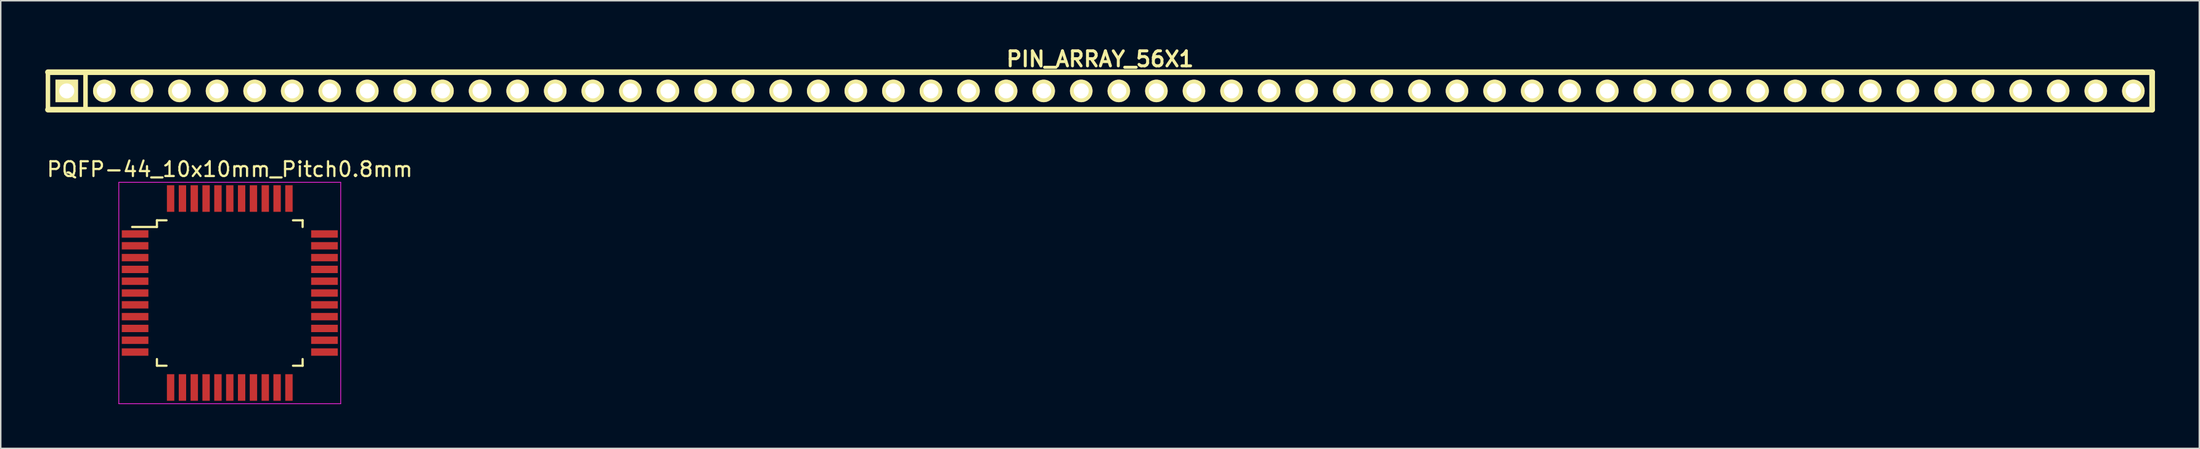
<source format=kicad_pcb>
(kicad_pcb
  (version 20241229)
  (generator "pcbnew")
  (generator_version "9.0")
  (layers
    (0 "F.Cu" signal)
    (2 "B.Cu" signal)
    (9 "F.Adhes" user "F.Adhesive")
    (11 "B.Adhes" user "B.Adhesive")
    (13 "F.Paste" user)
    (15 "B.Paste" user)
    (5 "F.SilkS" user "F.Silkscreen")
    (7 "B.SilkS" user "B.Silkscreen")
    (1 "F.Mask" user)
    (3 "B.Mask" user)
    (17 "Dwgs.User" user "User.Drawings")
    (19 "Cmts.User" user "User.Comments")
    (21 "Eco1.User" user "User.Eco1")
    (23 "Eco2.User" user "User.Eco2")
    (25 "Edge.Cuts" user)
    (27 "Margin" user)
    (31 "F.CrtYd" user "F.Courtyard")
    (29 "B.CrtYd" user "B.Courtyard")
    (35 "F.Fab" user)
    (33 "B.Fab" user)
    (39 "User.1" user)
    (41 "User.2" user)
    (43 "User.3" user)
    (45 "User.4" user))
  (footprint "PIN_ARRAY_56X1"
    (layer "F.Cu")
    (at 71.311 3.11)
    (property "Reference" "PIN_ARRAY_56X1" (at 0 -2.159 0) (layer "F.SilkS") (effects (font (size 1.016 1.016) (thickness 0.203))))
    (attr through_hole)
    (fp_line (start -71.12 -1.27) (end 71.12 -1.27) (stroke (width 0.381) (type solid)) (layer "F.SilkS"))
    (fp_line (start -71.12 1.27) (end -71.12 -1.27) (stroke (width 0.305) (type solid)) (layer "F.SilkS"))
    (fp_line (start -68.58 1.27) (end -68.58 -1.27) (stroke (width 0.305) (type solid)) (layer "F.SilkS"))
    (fp_line (start 71.12 -1.27) (end 71.12 1.27) (stroke (width 0.381) (type solid)) (layer "F.SilkS"))
    (fp_line (start 71.12 1.27) (end -71.12 1.27) (stroke (width 0.381) (type solid)) (layer "F.SilkS"))
    (pad "1" thru_hole rect (at -69.85 0) (size 1.524 1.524) (drill 1.016) (layers "*.Cu" "*.Mask" "F.SilkS"))
    (pad "2" thru_hole circle (at -67.31 0) (size 1.524 1.524) (drill 1.016) (layers "*.Cu" "*.Mask" "F.SilkS"))
    (pad "3" thru_hole circle (at -64.77 0) (size 1.524 1.524) (drill 1.016) (layers "*.Cu" "*.Mask" "F.SilkS"))
    (pad "4" thru_hole circle (at -62.23 0) (size 1.524 1.524) (drill 1.016) (layers "*.Cu" "*.Mask" "F.SilkS"))
    (pad "5" thru_hole circle (at -59.69 0) (size 1.524 1.524) (drill 1.016) (layers "*.Cu" "*.Mask" "F.SilkS"))
    (pad "6" thru_hole circle (at -57.15 0) (size 1.524 1.524) (drill 1.016) (layers "*.Cu" "*.Mask" "F.SilkS"))
    (pad "7" thru_hole circle (at -54.61 0) (size 1.524 1.524) (drill 1.016) (layers "*.Cu" "*.Mask" "F.SilkS"))
    (pad "8" thru_hole circle (at -52.07 0) (size 1.524 1.524) (drill 1.016) (layers "*.Cu" "*.Mask" "F.SilkS"))
    (pad "9" thru_hole circle (at -49.53 0) (size 1.524 1.524) (drill 1.016) (layers "*.Cu" "*.Mask" "F.SilkS"))
    (pad "10" thru_hole circle (at -46.99 0) (size 1.524 1.524) (drill 1.016) (layers "*.Cu" "*.Mask" "F.SilkS"))
    (pad "11" thru_hole circle (at -44.45 0) (size 1.524 1.524) (drill 1.016) (layers "*.Cu" "*.Mask" "F.SilkS"))
    (pad "12" thru_hole circle (at -41.91 0) (size 1.524 1.524) (drill 1.016) (layers "*.Cu" "*.Mask" "F.SilkS"))
    (pad "13" thru_hole circle (at -39.37 0) (size 1.524 1.524) (drill 1.016) (layers "*.Cu" "*.Mask" "F.SilkS"))
    (pad "14" thru_hole circle (at -36.83 0) (size 1.524 1.524) (drill 1.016) (layers "*.Cu" "*.Mask" "F.SilkS"))
    (pad "15" thru_hole circle (at -34.29 0) (size 1.524 1.524) (drill 1.016) (layers "*.Cu" "*.Mask" "F.SilkS"))
    (pad "16" thru_hole circle (at -31.75 0) (size 1.524 1.524) (drill 1.016) (layers "*.Cu" "*.Mask" "F.SilkS"))
    (pad "17" thru_hole circle (at -29.21 0) (size 1.524 1.524) (drill 1.016) (layers "*.Cu" "*.Mask" "F.SilkS"))
    (pad "18" thru_hole circle (at -26.67 0) (size 1.524 1.524) (drill 1.016) (layers "*.Cu" "*.Mask" "F.SilkS"))
    (pad "19" thru_hole circle (at -24.13 0) (size 1.524 1.524) (drill 1.016) (layers "*.Cu" "*.Mask" "F.SilkS"))
    (pad "20" thru_hole circle (at -21.59 0) (size 1.524 1.524) (drill 1.016) (layers "*.Cu" "*.Mask" "F.SilkS"))
    (pad "21" thru_hole circle (at -19.05 0) (size 1.524 1.524) (drill 1.016) (layers "*.Cu" "*.Mask" "F.SilkS"))
    (pad "22" thru_hole circle (at -16.51 0) (size 1.524 1.524) (drill 1.016) (layers "*.Cu" "*.Mask" "F.SilkS"))
    (pad "23" thru_hole circle (at -13.97 0) (size 1.524 1.524) (drill 1.016) (layers "*.Cu" "*.Mask" "F.SilkS"))
    (pad "24" thru_hole circle (at -11.43 0) (size 1.524 1.524) (drill 1.016) (layers "*.Cu" "*.Mask" "F.SilkS"))
    (pad "25" thru_hole circle (at -8.89 0) (size 1.524 1.524) (drill 1.016) (layers "*.Cu" "*.Mask" "F.SilkS"))
    (pad "26" thru_hole circle (at -6.35 0) (size 1.524 1.524) (drill 1.016) (layers "*.Cu" "*.Mask" "F.SilkS"))
    (pad "27" thru_hole circle (at -3.81 0) (size 1.524 1.524) (drill 1.016) (layers "*.Cu" "*.Mask" "F.SilkS"))
    (pad "28" thru_hole circle (at -1.27 0) (size 1.524 1.524) (drill 1.016) (layers "*.Cu" "*.Mask" "F.SilkS"))
    (pad "29" thru_hole circle (at 1.27 0) (size 1.524 1.524) (drill 1.016) (layers "*.Cu" "*.Mask" "F.SilkS"))
    (pad "30" thru_hole circle (at 3.81 0) (size 1.524 1.524) (drill 1.016) (layers "*.Cu" "*.Mask" "F.SilkS"))
    (pad "31" thru_hole circle (at 6.35 0) (size 1.524 1.524) (drill 1.016) (layers "*.Cu" "*.Mask" "F.SilkS"))
    (pad "32" thru_hole circle (at 8.89 0) (size 1.524 1.524) (drill 1.016) (layers "*.Cu" "*.Mask" "F.SilkS"))
    (pad "33" thru_hole circle (at 11.43 0) (size 1.524 1.524) (drill 1.016) (layers "*.Cu" "*.Mask" "F.SilkS"))
    (pad "34" thru_hole circle (at 13.97 0) (size 1.524 1.524) (drill 1.016) (layers "*.Cu" "*.Mask" "F.SilkS"))
    (pad "35" thru_hole circle (at 16.51 0) (size 1.524 1.524) (drill 1.016) (layers "*.Cu" "*.Mask" "F.SilkS"))
    (pad "36" thru_hole circle (at 19.05 0) (size 1.524 1.524) (drill 1.016) (layers "*.Cu" "*.Mask" "F.SilkS"))
    (pad "37" thru_hole circle (at 21.59 0) (size 1.524 1.524) (drill 1.016) (layers "*.Cu" "*.Mask" "F.SilkS"))
    (pad "38" thru_hole circle (at 24.13 0) (size 1.524 1.524) (drill 1.016) (layers "*.Cu" "*.Mask" "F.SilkS"))
    (pad "39" thru_hole circle (at 26.67 0) (size 1.524 1.524) (drill 1.016) (layers "*.Cu" "*.Mask" "F.SilkS"))
    (pad "40" thru_hole circle (at 29.21 0) (size 1.524 1.524) (drill 1.016) (layers "*.Cu" "*.Mask" "F.SilkS"))
    (pad "41" thru_hole circle (at 31.75 0) (size 1.524 1.524) (drill 1.016) (layers "*.Cu" "*.Mask" "F.SilkS"))
    (pad "42" thru_hole circle (at 34.29 0) (size 1.524 1.524) (drill 1.016) (layers "*.Cu" "*.Mask" "F.SilkS"))
    (pad "43" thru_hole circle (at 36.83 0) (size 1.524 1.524) (drill 1.016) (layers "*.Cu" "*.Mask" "F.SilkS"))
    (pad "44" thru_hole circle (at 39.37 0) (size 1.524 1.524) (drill 1.016) (layers "*.Cu" "*.Mask" "F.SilkS"))
    (pad "45" thru_hole circle (at 41.91 0) (size 1.524 1.524) (drill 1.016) (layers "*.Cu" "*.Mask" "F.SilkS"))
    (pad "46" thru_hole circle (at 44.45 0) (size 1.524 1.524) (drill 1.016) (layers "*.Cu" "*.Mask" "F.SilkS"))
    (pad "47" thru_hole circle (at 46.99 0) (size 1.524 1.524) (drill 1.016) (layers "*.Cu" "*.Mask" "F.SilkS"))
    (pad "48" thru_hole circle (at 49.53 0) (size 1.524 1.524) (drill 1.016) (layers "*.Cu" "*.Mask" "F.SilkS"))
    (pad "49" thru_hole circle (at 52.07 0) (size 1.524 1.524) (drill 1.016) (layers "*.Cu" "*.Mask" "F.SilkS"))
    (pad "50" thru_hole circle (at 54.61 0) (size 1.524 1.524) (drill 1.016) (layers "*.Cu" "*.Mask" "F.SilkS"))
    (pad "51" thru_hole circle (at 57.15 0) (size 1.524 1.524) (drill 1.016) (layers "*.Cu" "*.Mask" "F.SilkS"))
    (pad "52" thru_hole circle (at 59.69 0) (size 1.524 1.524) (drill 1.016) (layers "*.Cu" "*.Mask" "F.SilkS"))
    (pad "53" thru_hole circle (at 62.23 0) (size 1.524 1.524) (drill 1.016) (layers "*.Cu" "*.Mask" "F.SilkS"))
    (pad "54" thru_hole circle (at 64.77 0) (size 1.524 1.524) (drill 1.016) (layers "*.Cu" "*.Mask" "F.SilkS"))
    (pad "55" thru_hole circle (at 67.31 0) (size 1.524 1.524) (drill 1.016) (layers "*.Cu" "*.Mask" "F.SilkS"))
    (pad "56" thru_hole circle (at 69.85 0) (size 1.524 1.524) (drill 1.016) (layers "*.Cu" "*.Mask" "F.SilkS")))
  (footprint "PQFP-44_10x10mm_Pitch0.8mm"
    (layer "F.Cu")
    (at 12.482 16.801)
    (property "Reference" "PQFP-44_10x10mm_Pitch0.8mm" (at 0 -8.382 0) (layer "F.SilkS") (effects (font (size 1 1) (thickness 0.15))))
    (attr smd)
    (fp_line (start -4.925 -4.925) (end -4.925 -4.475) (stroke (width 0.15) (type solid)) (layer "F.SilkS"))
    (fp_line (start -4.925 -4.925) (end -4.275 -4.925) (stroke (width 0.15) (type solid)) (layer "F.SilkS"))
    (fp_line (start -4.925 -4.475) (end -6.6 -4.475) (stroke (width 0.15) (type solid)) (layer "F.SilkS"))
    (fp_line (start -4.925 4.925) (end -4.925 4.475) (stroke (width 0.15) (type solid)) (layer "F.SilkS"))
    (fp_line (start -4.925 4.925) (end -4.275 4.925) (stroke (width 0.15) (type solid)) (layer "F.SilkS"))
    (fp_line (start 4.925 -4.925) (end 4.275 -4.925) (stroke (width 0.15) (type solid)) (layer "F.SilkS"))
    (fp_line (start 4.925 -4.925) (end 4.925 -4.475) (stroke (width 0.15) (type solid)) (layer "F.SilkS"))
    (fp_line (start 4.925 4.925) (end 4.275 4.925) (stroke (width 0.15) (type solid)) (layer "F.SilkS"))
    (fp_line (start 4.925 4.925) (end 4.925 4.475) (stroke (width 0.15) (type solid)) (layer "F.SilkS"))
    (fp_line (start -7.5 -7.5) (end -7.5 7.5) (stroke (width 0.05) (type solid)) (layer "F.CrtYd"))
    (fp_line (start -7.5 -7.5) (end 7.5 -7.5) (stroke (width 0.05) (type solid)) (layer "F.CrtYd"))
    (fp_line (start -7.5 7.5) (end 7.5 7.5) (stroke (width 0.05) (type solid)) (layer "F.CrtYd"))
    (fp_line (start 7.5 -7.5) (end 7.5 7.5) (stroke (width 0.05) (type solid)) (layer "F.CrtYd"))
    (pad "1" smd rect (at -6.4 -4) (size 1.8 0.5) (layers "F.Cu" "F.Mask" "F.Paste"))
    (pad "2" smd rect (at -6.4 -3.2) (size 1.8 0.5) (layers "F.Cu" "F.Mask" "F.Paste"))
    (pad "3" smd rect (at -6.4 -2.4) (size 1.8 0.5) (layers "F.Cu" "F.Mask" "F.Paste"))
    (pad "4" smd rect (at -6.4 -1.6) (size 1.8 0.5) (layers "F.Cu" "F.Mask" "F.Paste"))
    (pad "5" smd rect (at -6.4 -0.8) (size 1.8 0.5) (layers "F.Cu" "F.Mask" "F.Paste"))
    (pad "6" smd rect (at -6.4 0) (size 1.8 0.5) (layers "F.Cu" "F.Mask" "F.Paste"))
    (pad "7" smd rect (at -6.4 0.8) (size 1.8 0.5) (layers "F.Cu" "F.Mask" "F.Paste"))
    (pad "8" smd rect (at -6.4 1.6) (size 1.8 0.5) (layers "F.Cu" "F.Mask" "F.Paste"))
    (pad "9" smd rect (at -6.4 2.4) (size 1.8 0.5) (layers "F.Cu" "F.Mask" "F.Paste"))
    (pad "10" smd rect (at -6.4 3.2) (size 1.8 0.5) (layers "F.Cu" "F.Mask" "F.Paste"))
    (pad "11" smd rect (at -6.4 4) (size 1.8 0.5) (layers "F.Cu" "F.Mask" "F.Paste"))
    (pad "12" smd rect (at -4 6.4 90) (size 1.8 0.5) (layers "F.Cu" "F.Mask" "F.Paste"))
    (pad "13" smd rect (at -3.2 6.4 90) (size 1.8 0.5) (layers "F.Cu" "F.Mask" "F.Paste"))
    (pad "14" smd rect (at -2.4 6.4 90) (size 1.8 0.5) (layers "F.Cu" "F.Mask" "F.Paste"))
    (pad "15" smd rect (at -1.6 6.4 90) (size 1.8 0.5) (layers "F.Cu" "F.Mask" "F.Paste"))
    (pad "16" smd rect (at -0.8 6.4 90) (size 1.8 0.5) (layers "F.Cu" "F.Mask" "F.Paste"))
    (pad "17" smd rect (at 0 6.4 90) (size 1.8 0.5) (layers "F.Cu" "F.Mask" "F.Paste"))
    (pad "18" smd rect (at 0.8 6.4 90) (size 1.8 0.5) (layers "F.Cu" "F.Mask" "F.Paste"))
    (pad "19" smd rect (at 1.6 6.4 90) (size 1.8 0.5) (layers "F.Cu" "F.Mask" "F.Paste"))
    (pad "20" smd rect (at 2.4 6.4 90) (size 1.8 0.5) (layers "F.Cu" "F.Mask" "F.Paste"))
    (pad "21" smd rect (at 3.2 6.4 90) (size 1.8 0.5) (layers "F.Cu" "F.Mask" "F.Paste"))
    (pad "22" smd rect (at 4 6.4 90) (size 1.8 0.5) (layers "F.Cu" "F.Mask" "F.Paste"))
    (pad "23" smd rect (at 6.4 4) (size 1.8 0.5) (layers "F.Cu" "F.Mask" "F.Paste"))
    (pad "24" smd rect (at 6.4 3.2) (size 1.8 0.5) (layers "F.Cu" "F.Mask" "F.Paste"))
    (pad "25" smd rect (at 6.4 2.4) (size 1.8 0.5) (layers "F.Cu" "F.Mask" "F.Paste"))
    (pad "26" smd rect (at 6.4 1.6) (size 1.8 0.5) (layers "F.Cu" "F.Mask" "F.Paste"))
    (pad "27" smd rect (at 6.4 0.8) (size 1.8 0.5) (layers "F.Cu" "F.Mask" "F.Paste"))
    (pad "28" smd rect (at 6.4 0) (size 1.8 0.5) (layers "F.Cu" "F.Mask" "F.Paste"))
    (pad "29" smd rect (at 6.4 -0.8) (size 1.8 0.5) (layers "F.Cu" "F.Mask" "F.Paste"))
    (pad "30" smd rect (at 6.4 -1.6) (size 1.8 0.5) (layers "F.Cu" "F.Mask" "F.Paste"))
    (pad "31" smd rect (at 6.4 -2.4) (size 1.8 0.5) (layers "F.Cu" "F.Mask" "F.Paste"))
    (pad "32" smd rect (at 6.4 -3.2) (size 1.8 0.5) (layers "F.Cu" "F.Mask" "F.Paste"))
    (pad "33" smd rect (at 6.4 -4) (size 1.8 0.5) (layers "F.Cu" "F.Mask" "F.Paste"))
    (pad "34" smd rect (at 4 -6.4 90) (size 1.8 0.5) (layers "F.Cu" "F.Mask" "F.Paste"))
    (pad "35" smd rect (at 3.2 -6.4 90) (size 1.8 0.5) (layers "F.Cu" "F.Mask" "F.Paste"))
    (pad "36" smd rect (at 2.4 -6.4 90) (size 1.8 0.5) (layers "F.Cu" "F.Mask" "F.Paste"))
    (pad "37" smd rect (at 1.6 -6.4 90) (size 1.8 0.5) (layers "F.Cu" "F.Mask" "F.Paste"))
    (pad "38" smd rect (at 0.8 -6.4 90) (size 1.8 0.5) (layers "F.Cu" "F.Mask" "F.Paste"))
    (pad "39" smd rect (at 0 -6.4 90) (size 1.8 0.5) (layers "F.Cu" "F.Mask" "F.Paste"))
    (pad "40" smd rect (at -0.8 -6.4 90) (size 1.8 0.5) (layers "F.Cu" "F.Mask" "F.Paste"))
    (pad "41" smd rect (at -1.6 -6.4 90) (size 1.8 0.5) (layers "F.Cu" "F.Mask" "F.Paste"))
    (pad "42" smd rect (at -2.4 -6.4 90) (size 1.8 0.5) (layers "F.Cu" "F.Mask" "F.Paste"))
    (pad "43" smd rect (at -3.2 -6.4 90) (size 1.8 0.5) (layers "F.Cu" "F.Mask" "F.Paste"))
    (pad "44" smd rect (at -4 -6.4 90) (size 1.8 0.5) (layers "F.Cu" "F.Mask" "F.Paste")))
  (gr_rect
    (start -3 -3)
    (end 145.621 27.326)
    (stroke (width 0.1) (type default))
    (fill no)
    (layer "Edge.Cuts")))
</source>
